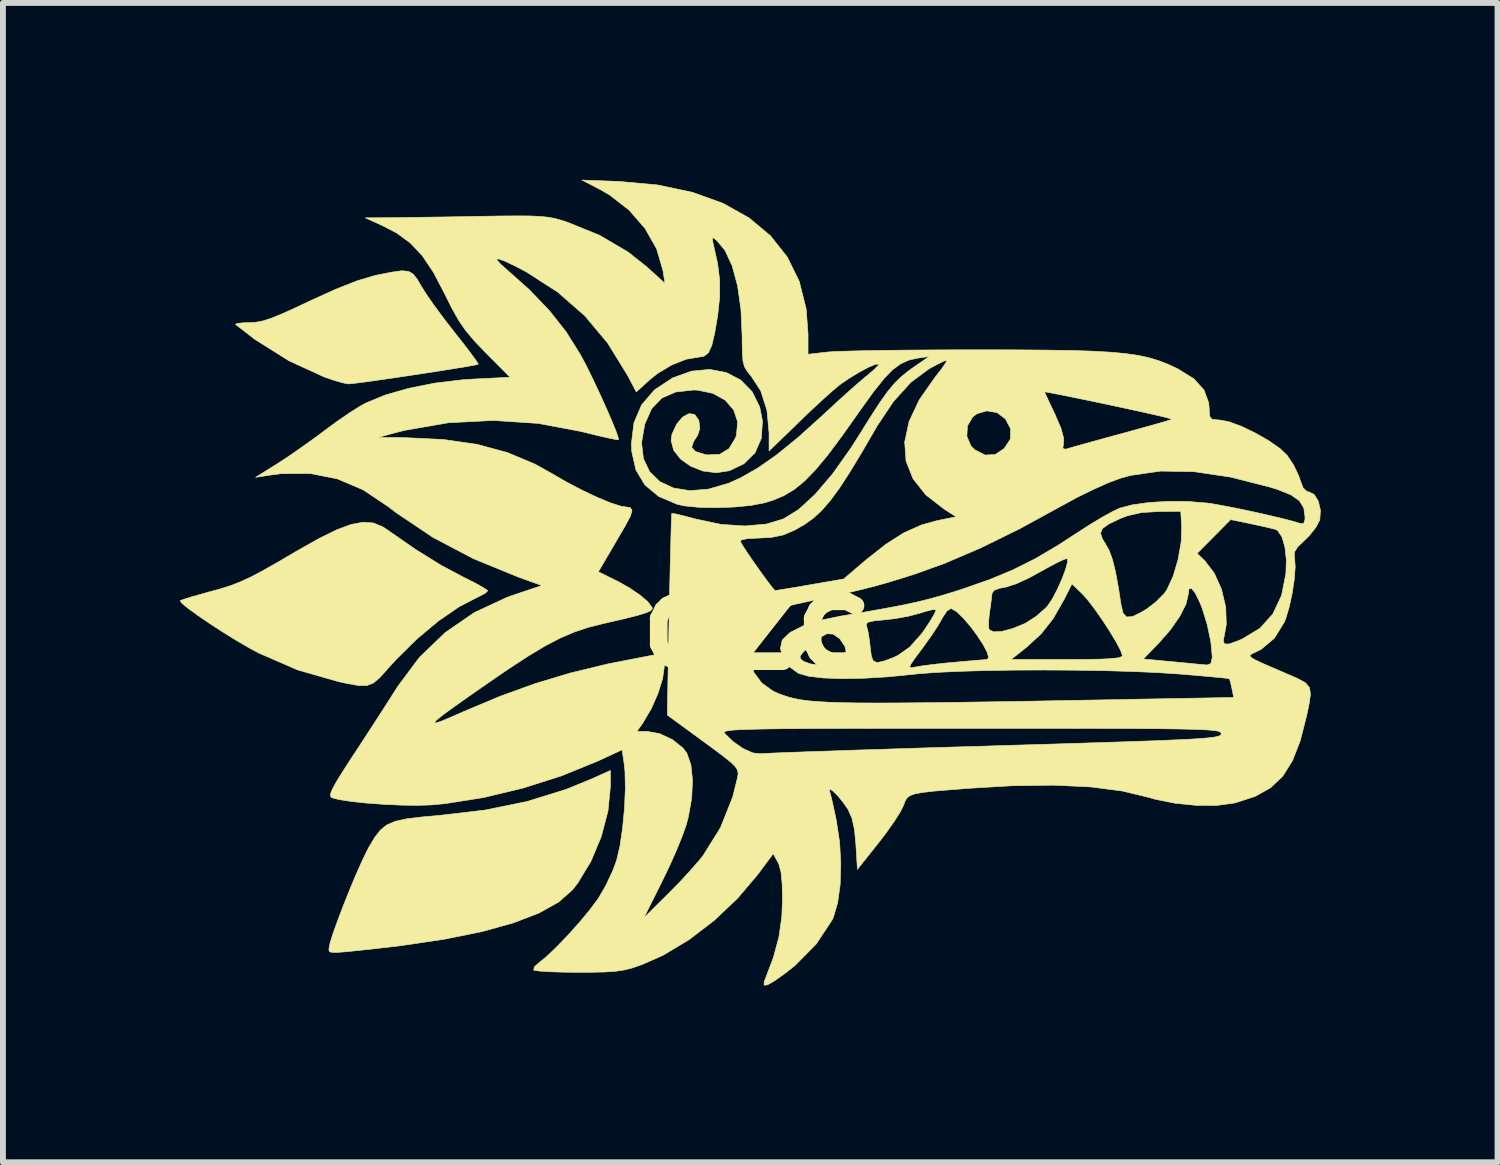
<source format=kicad_pcb>
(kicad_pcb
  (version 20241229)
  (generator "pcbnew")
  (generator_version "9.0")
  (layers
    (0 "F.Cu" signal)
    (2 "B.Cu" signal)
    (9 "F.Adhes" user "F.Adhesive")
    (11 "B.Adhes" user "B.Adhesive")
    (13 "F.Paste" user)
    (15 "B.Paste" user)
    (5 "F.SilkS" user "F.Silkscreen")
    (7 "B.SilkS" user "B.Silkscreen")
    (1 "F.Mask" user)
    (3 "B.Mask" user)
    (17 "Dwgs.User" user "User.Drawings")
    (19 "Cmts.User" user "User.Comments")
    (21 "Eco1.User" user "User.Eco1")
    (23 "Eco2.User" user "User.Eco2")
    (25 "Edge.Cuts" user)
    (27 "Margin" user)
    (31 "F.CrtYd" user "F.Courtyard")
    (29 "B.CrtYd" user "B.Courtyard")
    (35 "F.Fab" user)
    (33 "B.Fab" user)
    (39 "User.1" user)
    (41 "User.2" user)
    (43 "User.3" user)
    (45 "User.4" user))
  (footprint "qzc"
    (layer "F.Cu")
    (at 9.796 7.479)
    (property "Reference" "qzc" (at 0 0 0) (layer "F.SilkS") (effects (font (size 1.524 1.524) (thickness 0.3))))
    (attr through_hole)
    (fp_poly (pts (xy -2.489 2.813) (xy -2.53 3.23) (xy -2.644 3.665) (xy -2.819 4.084) (xy -3.042 4.453) (xy -3.137 4.573) (xy -3.37 4.778) (xy -3.704 4.964) (xy -4.137 5.13) (xy -4.669 5.278) (xy -5.302 5.406) (xy -6.034 5.515) (xy -6.452 5.564) (xy -6.755 5.597) (xy -6.971 5.619) (xy -7.116 5.63) (xy -7.203 5.631) (xy -7.247 5.622) (xy -7.263 5.602) (xy -7.264 5.571) (xy -7.264 5.563) (xy -7.245 5.468) (xy -7.192 5.3) (xy -7.113 5.08) (xy -7.017 4.828) (xy -6.911 4.563) (xy -6.803 4.305) (xy -6.701 4.076) (xy -6.613 3.895) (xy -6.585 3.843) (xy -6.487 3.678) (xy -6.392 3.556) (xy -6.284 3.468) (xy -6.143 3.407) (xy -5.952 3.365) (xy -5.693 3.333) (xy -5.399 3.307) (xy -4.614 3.215) (xy -3.901 3.069) (xy -3.24 2.864) (xy -2.819 2.692) (xy -2.489 2.544) (xy -2.489 2.813)) (stroke (width 0.01) (type solid)) (fill yes) (layer "F.SilkS"))
    (fp_poly (pts (xy -5.915 -5.925) (xy -5.836 -5.879) (xy -5.767 -5.791) (xy -5.701 -5.677) (xy -5.609 -5.532) (xy -5.472 -5.335) (xy -5.306 -5.112) (xy -5.132 -4.887) (xy -5.132 -4.887) (xy -4.978 -4.692) (xy -4.853 -4.528) (xy -4.767 -4.41) (xy -4.731 -4.352) (xy -4.732 -4.348) (xy -4.787 -4.335) (xy -4.925 -4.31) (xy -5.129 -4.277) (xy -5.378 -4.237) (xy -5.657 -4.194) (xy -5.947 -4.15) (xy -6.23 -4.108) (xy -6.488 -4.071) (xy -6.703 -4.041) (xy -6.858 -4.022) (xy -6.934 -4.015) (xy -6.934 -4.015) (xy -7.034 -4.034) (xy -7.191 -4.08) (xy -7.344 -4.133) (xy -7.941 -4.406) (xy -8.522 -4.771) (xy -8.849 -5.025) (xy -8.824 -5.041) (xy -8.722 -5.052) (xy -8.62 -5.055) (xy -8.506 -5.061) (xy -8.384 -5.084) (xy -8.239 -5.131) (xy -8.051 -5.208) (xy -7.804 -5.32) (xy -7.595 -5.419) (xy -7.151 -5.621) (xy -6.785 -5.765) (xy -6.49 -5.853) (xy -6.441 -5.864) (xy -6.196 -5.912) (xy -6.028 -5.935) (xy -5.915 -5.925)) (stroke (width 0.01) (type solid)) (fill yes) (layer "F.SilkS"))
    (fp_poly (pts (xy -6.508 -1.655) (xy -6.354 -1.591) (xy -6.294 -1.552) (xy -5.797 -1.208) (xy -5.358 -0.935) (xy -4.981 -0.735) (xy -4.799 -0.644) (xy -4.659 -0.567) (xy -4.581 -0.516) (xy -4.572 -0.504) (xy -4.614 -0.463) (xy -4.716 -0.41) (xy -4.729 -0.404) (xy -5.054 -0.236) (xy -5.407 0.007) (xy -5.77 0.31) (xy -6.123 0.658) (xy -6.274 0.825) (xy -6.404 0.97) (xy -6.511 1.06) (xy -6.62 1.102) (xy -6.758 1.103) (xy -6.953 1.069) (xy -7.097 1.038) (xy -7.793 0.839) (xy -8.447 0.556) (xy -8.624 0.461) (xy -8.842 0.333) (xy -9.07 0.192) (xy -9.29 0.049) (xy -9.488 -0.086) (xy -9.648 -0.202) (xy -9.754 -0.288) (xy -9.791 -0.334) (xy -9.79 -0.336) (xy -9.734 -0.359) (xy -9.602 -0.4) (xy -9.418 -0.452) (xy -9.303 -0.484) (xy -9.099 -0.54) (xy -8.924 -0.596) (xy -8.758 -0.661) (xy -8.583 -0.742) (xy -8.38 -0.85) (xy -8.128 -0.993) (xy -7.809 -1.18) (xy -7.806 -1.182) (xy -7.435 -1.391) (xy -7.133 -1.54) (xy -6.885 -1.632) (xy -6.681 -1.669) (xy -6.508 -1.655)) (stroke (width 0.01) (type solid)) (fill yes) (layer "F.SilkS"))
    (fp_poly (pts (xy -2.337 -7.45) (xy -1.681 -7.39) (xy -1.094 -7.265) (xy -0.578 -7.079) (xy -0.137 -6.832) (xy 0.227 -6.528) (xy 0.512 -6.168) (xy 0.715 -5.755) (xy 0.832 -5.29) (xy 0.864 -4.865) (xy 0.864 -4.518) (xy 1.206 -4.557) (xy 1.33 -4.565) (xy 1.543 -4.572) (xy 1.833 -4.579) (xy 2.186 -4.585) (xy 2.591 -4.589) (xy 3.034 -4.592) (xy 3.504 -4.594) (xy 3.759 -4.594) (xy 4.368 -4.593) (xy 4.885 -4.589) (xy 5.32 -4.583) (xy 5.685 -4.571) (xy 5.989 -4.554) (xy 6.242 -4.531) (xy 6.455 -4.501) (xy 6.638 -4.462) (xy 6.801 -4.414) (xy 6.954 -4.356) (xy 7.107 -4.286) (xy 7.143 -4.268) (xy 7.41 -4.102) (xy 7.582 -3.913) (xy 7.663 -3.693) (xy 7.671 -3.588) (xy 7.678 -3.466) (xy 7.719 -3.415) (xy 7.821 -3.404) (xy 7.843 -3.404) (xy 8.004 -3.374) (xy 8.216 -3.296) (xy 8.45 -3.184) (xy 8.678 -3.054) (xy 8.871 -2.919) (xy 8.992 -2.804) (xy 9.104 -2.637) (xy 9.192 -2.451) (xy 9.208 -2.4) (xy 9.264 -2.251) (xy 9.332 -2.188) (xy 9.36 -2.184) (xy 9.452 -2.139) (xy 9.522 -2.025) (xy 9.558 -1.873) (xy 9.548 -1.715) (xy 9.546 -1.706) (xy 9.482 -1.582) (xy 9.369 -1.44) (xy 9.295 -1.368) (xy 9.173 -1.251) (xy 9.118 -1.163) (xy 9.115 -1.077) (xy 9.12 -1.054) (xy 9.13 -0.912) (xy 9.115 -0.706) (xy 9.08 -0.469) (xy 9.029 -0.233) (xy 8.969 -0.032) (xy 8.945 0.027) (xy 8.778 0.298) (xy 8.553 0.488) (xy 8.463 0.533) (xy 8.397 0.563) (xy 8.363 0.588) (xy 8.372 0.618) (xy 8.434 0.659) (xy 8.561 0.72) (xy 8.763 0.807) (xy 8.954 0.889) (xy 9.168 0.982) (xy 9.303 1.056) (xy 9.373 1.138) (xy 9.389 1.25) (xy 9.365 1.418) (xy 9.325 1.61) (xy 9.216 2.038) (xy 9.084 2.377) (xy 8.919 2.64) (xy 8.711 2.838) (xy 8.45 2.984) (xy 8.126 3.089) (xy 8.083 3.099) (xy 7.796 3.137) (xy 7.453 3.136) (xy 7.092 3.1) (xy 6.75 3.031) (xy 6.653 3.003) (xy 6.2 2.893) (xy 5.662 2.823) (xy 5.038 2.793) (xy 4.325 2.803) (xy 3.627 2.844) (xy 3.272 2.872) (xy 3.004 2.894) (xy 2.811 2.916) (xy 2.679 2.94) (xy 2.594 2.97) (xy 2.543 3.009) (xy 2.512 3.06) (xy 2.488 3.127) (xy 2.487 3.13) (xy 2.432 3.242) (xy 2.327 3.408) (xy 2.189 3.603) (xy 2.065 3.765) (xy 1.702 4.221) (xy 1.676 3.799) (xy 1.651 3.539) (xy 1.608 3.35) (xy 1.543 3.205) (xy 1.538 3.197) (xy 1.453 3.076) (xy 1.364 2.968) (xy 1.285 2.891) (xy 1.235 2.86) (xy 1.228 2.891) (xy 1.231 2.899) (xy 1.254 2.983) (xy 1.29 3.138) (xy 1.332 3.335) (xy 1.346 3.404) (xy 1.4 3.762) (xy 1.42 4.13) (xy 1.409 4.481) (xy 1.366 4.791) (xy 1.294 5.035) (xy 1.273 5.08) (xy 1.004 5.487) (xy 0.643 5.853) (xy 0.496 5.97) (xy 0.302 6.109) (xy 0.177 6.181) (xy 0.118 6.187) (xy 0.12 6.128) (xy 0.128 6.109) (xy 0.276 5.718) (xy 0.37 5.371) (xy 0.419 5.03) (xy 0.43 4.75) (xy 0.425 4.469) (xy 0.406 4.27) (xy 0.37 4.136) (xy 0.352 4.099) (xy 0.273 3.956) (xy 0.009 4.311) (xy -0.333 4.714) (xy -0.729 5.089) (xy -1.158 5.417) (xy -1.597 5.68) (xy -1.947 5.835) (xy -2.104 5.89) (xy -2.245 5.927) (xy -2.395 5.95) (xy -2.58 5.963) (xy -2.823 5.968) (xy -3.031 5.969) (xy -3.292 5.966) (xy -3.517 5.959) (xy -3.686 5.948) (xy -3.779 5.935) (xy -3.79 5.93) (xy -3.781 5.878) (xy -3.706 5.809) (xy -3.705 5.809) (xy -3.574 5.703) (xy -3.401 5.538) (xy -3.207 5.336) (xy -3.012 5.118) (xy -2.837 4.907) (xy -2.701 4.724) (xy -2.693 4.713) (xy -2.567 4.496) (xy -2.45 4.247) (xy -2.385 4.072) (xy -2.327 3.827) (xy -2.282 3.519) (xy -2.25 3.181) (xy -2.236 2.85) (xy -2.242 2.561) (xy -2.256 2.427) (xy -2.291 2.193) (xy -2.708 2.386) (xy -3.319 2.635) (xy -3.976 2.844) (xy -4.645 3.004) (xy -5.29 3.106) (xy -5.537 3.129) (xy -5.768 3.136) (xy -6.043 3.132) (xy -6.339 3.118) (xy -6.629 3.097) (xy -6.889 3.069) (xy -7.095 3.037) (xy -7.209 3.008) (xy -7.237 2.986) (xy -7.239 2.942) (xy -7.209 2.865) (xy -7.142 2.742) (xy -7.031 2.562) (xy -6.871 2.314) (xy -6.813 2.227) (xy -6.633 1.951) (xy -6.453 1.674) (xy -6.289 1.419) (xy -6.156 1.211) (xy -6.098 1.119) (xy -5.731 0.627) (xy -5.296 0.207) (xy -4.799 -0.135) (xy -4.248 -0.392) (xy -4.133 -0.433) (xy -3.652 -0.594) (xy -4.049 -0.737) (xy -4.813 -1.05) (xy -5.501 -1.412) (xy -6.125 -1.831) (xy -6.259 -1.934) (xy -6.686 -2.219) (xy -7.124 -2.405) (xy -7.585 -2.495) (xy -8.079 -2.492) (xy -8.286 -2.465) (xy -8.509 -2.43) (xy -8.149 -2.655) (xy -7.947 -2.787) (xy -7.704 -2.956) (xy -7.493 -3.108) (xy -6.426 -3.108) (xy -5.968 -3.103) (xy -5.323 -3.072) (xy -4.753 -2.99) (xy -4.242 -2.852) (xy -3.773 -2.656) (xy -3.484 -2.495) (xy -3.23 -2.348) (xy -2.966 -2.21) (xy -2.712 -2.09) (xy -2.488 -1.997) (xy -2.317 -1.942) (xy -2.241 -1.93) (xy -2.153 -1.918) (xy -2.122 -1.87) (xy -2.15 -1.771) (xy -2.237 -1.608) (xy -2.256 -1.574) (xy -2.372 -1.377) (xy -2.492 -1.171) (xy -2.557 -1.061) (xy -2.694 -0.827) (xy -2.37 -0.668) (xy -2.167 -0.555) (xy -1.988 -0.433) (xy -1.853 -0.318) (xy -1.783 -0.224) (xy -1.778 -0.2) (xy -1.804 -0.168) (xy -1.888 -0.131) (xy -2.041 -0.084) (xy -2.274 -0.026) (xy -2.592 0.047) (xy -2.852 0.112) (xy -3.094 0.192) (xy -3.337 0.295) (xy -3.595 0.429) (xy -3.886 0.604) (xy -4.227 0.827) (xy -4.531 1.035) (xy -4.876 1.275) (xy -5.14 1.462) (xy -5.327 1.598) (xy -5.438 1.687) (xy -5.477 1.732) (xy -5.447 1.737) (xy -5.351 1.705) (xy -5.192 1.638) (xy -4.98 1.545) (xy -4.361 1.285) (xy -3.767 1.07) (xy -3.168 0.89) (xy -2.533 0.736) (xy -1.83 0.599) (xy -1.765 0.587) (xy -1.575 0.554) (xy -1.575 0.784) (xy -1.604 0.989) (xy -1.683 1.24) (xy -1.797 1.498) (xy -1.934 1.73) (xy -1.94 1.74) (xy -2.039 1.88) (xy -1.874 1.88) (xy -1.656 1.918) (xy -1.438 2.019) (xy -1.26 2.161) (xy -1.194 2.247) (xy -1.124 2.443) (xy -1.096 2.707) (xy -1.11 3.012) (xy -1.167 3.333) (xy -1.207 3.48) (xy -1.274 3.667) (xy -1.374 3.912) (xy -1.495 4.183) (xy -1.619 4.439) (xy -1.921 5.043) (xy -1.514 4.642) (xy -1.324 4.449) (xy -1.14 4.25) (xy -0.987 4.075) (xy -0.916 3.987) (xy -0.621 3.513) (xy -0.414 2.994) (xy -0.331 2.659) (xy -0.322 2.596) (xy -0.331 2.539) (xy -0.369 2.479) (xy -0.449 2.401) (xy -0.582 2.295) (xy -0.78 2.147) (xy -0.912 2.051) (xy -1.115 1.902) (xy -0.559 1.902) (xy -0.552 1.913) (xy -0.408 2.054) (xy -0.239 2.171) (xy -0.075 2.245) (xy 0.043 2.26) (xy 0.114 2.256) (xy 0.279 2.248) (xy 0.529 2.238) (xy 0.856 2.226) (xy 1.252 2.213) (xy 1.709 2.197) (xy 2.218 2.181) (xy 2.772 2.163) (xy 3.361 2.145) (xy 3.979 2.127) (xy 4.026 2.125) (xy 4.743 2.104) (xy 5.366 2.085) (xy 5.9 2.068) (xy 6.353 2.053) (xy 6.731 2.04) (xy 7.041 2.027) (xy 7.29 2.016) (xy 7.484 2.004) (xy 7.63 1.993) (xy 7.734 1.981) (xy 7.805 1.969) (xy 7.847 1.955) (xy 7.868 1.94) (xy 7.874 1.923) (xy 7.874 1.92) (xy 7.87 1.904) (xy 7.855 1.89) (xy 7.822 1.877) (xy 7.765 1.867) (xy 7.677 1.858) (xy 7.552 1.851) (xy 7.384 1.845) (xy 7.165 1.84) (xy 6.891 1.836) (xy 6.554 1.833) (xy 6.147 1.831) (xy 5.666 1.83) (xy 5.102 1.829) (xy 4.451 1.829) (xy 3.705 1.829) (xy 3.626 1.829) (xy 2.869 1.829) (xy 2.208 1.829) (xy 1.636 1.83) (xy 1.147 1.831) (xy 0.735 1.833) (xy 0.393 1.836) (xy 0.115 1.84) (xy -0.105 1.845) (xy -0.274 1.851) (xy -0.397 1.858) (xy -0.48 1.866) (xy -0.531 1.877) (xy -0.555 1.889) (xy -0.559 1.902) (xy -1.115 1.902) (xy -1.524 1.603) (xy -1.507 0.691) (xy -0.102 0.691) (xy -0.054 0.881) (xy 0.077 1.058) (xy 0.273 1.199) (xy 0.37 1.242) (xy 0.456 1.273) (xy 0.543 1.301) (xy 0.637 1.324) (xy 0.746 1.345) (xy 0.874 1.362) (xy 1.029 1.375) (xy 1.217 1.386) (xy 1.443 1.393) (xy 1.715 1.398) (xy 2.037 1.399) (xy 2.418 1.398) (xy 2.863 1.394) (xy 3.377 1.388) (xy 3.969 1.379) (xy 4.643 1.368) (xy 5.406 1.354) (xy 6.264 1.339) (xy 6.266 1.338) (xy 8.087 1.305) (xy 8.056 1.152) (xy 8.031 1.041) (xy 8.013 0.987) (xy 8.013 0.987) (xy 7.961 0.979) (xy 7.825 0.965) (xy 7.621 0.946) (xy 7.367 0.924) (xy 7.163 0.907) (xy 6.796 0.883) (xy 6.365 0.864) (xy 5.886 0.85) (xy 5.379 0.842) (xy 4.861 0.839) (xy 4.35 0.841) (xy 3.864 0.849) (xy 3.421 0.862) (xy 3.039 0.88) (xy 2.735 0.903) (xy 2.667 0.91) (xy 2.229 0.954) (xy 1.814 0.979) (xy 1.44 0.986) (xy 1.12 0.974) (xy 0.869 0.944) (xy 0.704 0.896) (xy 0.702 0.896) (xy 0.561 0.792) (xy 2.589 0.792) (xy 2.617 0.802) (xy 2.671 0.791) (xy 2.78 0.772) (xy 2.96 0.748) (xy 3.183 0.723) (xy 3.322 0.71) (xy 3.545 0.69) (xy 3.734 0.674) (xy 3.862 0.664) (xy 3.902 0.662) (xy 3.903 0.66) (xy 4.309 0.66) (xy 5.253 0.66) (xy 5.599 0.659) (xy 5.855 0.654) (xy 5.883 0.652) (xy 6.554 0.652) (xy 6.871 0.682) (xy 7.074 0.701) (xy 7.265 0.719) (xy 7.366 0.729) (xy 7.514 0.743) (xy 7.629 0.754) (xy 7.633 0.754) (xy 7.699 0.731) (xy 7.721 0.634) (xy 7.722 0.617) (xy 7.699 0.364) (xy 7.638 0.072) (xy 7.551 -0.212) (xy 7.513 -0.305) (xy 7.432 -0.47) (xy 7.368 -0.548) (xy 7.328 -0.536) (xy 7.315 -0.444) (xy 7.277 -0.279) (xy 7.171 -0.071) (xy 7.01 0.16) (xy 6.819 0.378) (xy 6.554 0.652) (xy 5.883 0.652) (xy 6.031 0.645) (xy 6.139 0.63) (xy 6.19 0.61) (xy 6.198 0.595) (xy 6.169 0.51) (xy 6.094 0.367) (xy 5.986 0.187) (xy 5.859 -0.008) (xy 5.728 -0.195) (xy 5.608 -0.352) (xy 5.52 -0.451) (xy 5.342 -0.622) (xy 5.204 -0.349) (xy 5.021 -0.03) (xy 4.82 0.225) (xy 4.573 0.451) (xy 4.555 0.466) (xy 4.309 0.66) (xy 3.903 0.66) (xy 3.929 0.626) (xy 3.901 0.533) (xy 3.831 0.401) (xy 3.731 0.249) (xy 3.616 0.094) (xy 3.547 0.014) (xy 3.928 0.014) (xy 3.931 0.128) (xy 3.94 0.158) (xy 4.017 0.192) (xy 4.158 0.183) (xy 4.341 0.134) (xy 4.54 0.052) (xy 4.564 0.039) (xy 4.736 -0.072) (xy 4.894 -0.21) (xy 4.935 -0.256) (xy 5.012 -0.373) (xy 5.095 -0.532) (xy 5.173 -0.706) (xy 5.234 -0.868) (xy 5.267 -0.993) (xy 5.264 -1.052) (xy 5.212 -1.04) (xy 5.096 -0.986) (xy 4.937 -0.902) (xy 4.893 -0.877) (xy 4.614 -0.724) (xy 4.395 -0.623) (xy 4.215 -0.566) (xy 4.115 -0.548) (xy 4.017 -0.511) (xy 3.985 -0.457) (xy 3.975 -0.363) (xy 3.955 -0.214) (xy 3.944 -0.14) (xy 3.928 0.014) (xy 3.547 0.014) (xy 3.497 -0.044) (xy 3.388 -0.149) (xy 3.301 -0.201) (xy 3.284 -0.203) (xy 3.221 -0.162) (xy 3.151 -0.059) (xy 3.139 -0.036) (xy 3.071 0.084) (xy 2.96 0.252) (xy 2.829 0.436) (xy 2.797 0.479) (xy 2.673 0.645) (xy 2.605 0.745) (xy 2.589 0.792) (xy 0.561 0.792) (xy 0.548 0.783) (xy 0.441 0.633) (xy 0.434 0.608) (xy 0.728 0.608) (xy 0.739 0.652) (xy 0.785 0.691) (xy 0.902 0.735) (xy 1.092 0.759) (xy 1.204 0.762) (xy 1.524 0.762) (xy 1.524 0.593) (xy 1.49 0.439) (xy 1.404 0.31) (xy 1.291 0.23) (xy 1.182 0.224) (xy 1.09 0.275) (xy 0.962 0.371) (xy 0.887 0.437) (xy 0.774 0.544) (xy 0.728 0.608) (xy 0.434 0.608) (xy 0.395 0.474) (xy 0.425 0.334) (xy 0.427 0.33) (xy 0.557 0.204) (xy 0.779 0.091) (xy 0.882 0.058) (xy 1.851 0.058) (xy 1.858 0.096) (xy 1.883 0.192) (xy 1.907 0.346) (xy 1.918 0.445) (xy 1.938 0.602) (xy 1.969 0.682) (xy 2.021 0.708) (xy 2.051 0.71) (xy 2.159 0.686) (xy 2.31 0.629) (xy 2.388 0.592) (xy 2.589 0.451) (xy 2.786 0.23) (xy 2.838 0.159) (xy 2.94 0.005) (xy 3.01 -0.115) (xy 3.035 -0.18) (xy 3.033 -0.184) (xy 2.974 -0.184) (xy 2.853 -0.154) (xy 2.761 -0.125) (xy 2.574 -0.075) (xy 2.343 -0.033) (xy 2.169 -0.013) (xy 1.986 0.005) (xy 1.886 0.027) (xy 1.851 0.058) (xy 0.882 0.058) (xy 1.082 -0.006) (xy 1.412 -0.074) (xy 1.842 -0.147) (xy 2.19 -0.209) (xy 2.475 -0.263) (xy 2.715 -0.315) (xy 2.93 -0.368) (xy 3.138 -0.426) (xy 3.357 -0.493) (xy 3.48 -0.533) (xy 3.945 -0.695) (xy 4.348 -0.863) (xy 4.728 -1.054) (xy 5.12 -1.286) (xy 5.399 -1.468) (xy 5.421 -1.482) (xy 5.826 -1.482) (xy 5.86 -1.383) (xy 5.91 -1.302) (xy 5.974 -1.188) (xy 6.029 -1.036) (xy 6.08 -0.83) (xy 6.131 -0.554) (xy 6.175 -0.267) (xy 6.209 -0.126) (xy 6.269 -0.061) (xy 6.369 -0.067) (xy 6.525 -0.144) (xy 6.612 -0.197) (xy 6.769 -0.318) (xy 6.906 -0.457) (xy 6.951 -0.519) (xy 7.058 -0.749) (xy 7.143 -1.036) (xy 7.161 -1.138) (xy 7.465 -1.138) (xy 7.593 -1.018) (xy 7.757 -0.804) (xy 7.88 -0.529) (xy 7.951 -0.228) (xy 7.961 0.064) (xy 7.934 0.218) (xy 7.91 0.339) (xy 7.929 0.397) (xy 8.006 0.398) (xy 8.154 0.346) (xy 8.238 0.309) (xy 8.532 0.131) (xy 8.751 -0.113) (xy 8.898 -0.425) (xy 8.972 -0.795) (xy 8.979 -1.033) (xy 8.955 -1.251) (xy 8.903 -1.423) (xy 8.831 -1.528) (xy 8.8 -1.545) (xy 8.707 -1.569) (xy 8.549 -1.605) (xy 8.373 -1.643) (xy 8.035 -1.713) (xy 7.75 -1.425) (xy 7.465 -1.138) (xy 7.161 -1.138) (xy 7.195 -1.335) (xy 7.204 -1.587) (xy 7.188 -1.854) (xy 6.807 -1.85) (xy 6.521 -1.832) (xy 6.287 -1.779) (xy 6.161 -1.731) (xy 5.967 -1.638) (xy 5.859 -1.561) (xy 5.826 -1.482) (xy 5.421 -1.482) (xy 5.624 -1.613) (xy 5.843 -1.746) (xy 6.03 -1.849) (xy 6.147 -1.905) (xy 6.365 -1.963) (xy 6.653 -2.003) (xy 6.981 -2.023) (xy 7.318 -2.02) (xy 7.635 -1.994) (xy 7.709 -1.984) (xy 7.916 -1.947) (xy 8.167 -1.898) (xy 8.437 -1.841) (xy 8.702 -1.781) (xy 8.937 -1.725) (xy 9.117 -1.678) (xy 9.207 -1.649) (xy 9.271 -1.643) (xy 9.295 -1.708) (xy 9.296 -1.761) (xy 9.275 -1.913) (xy 9.2 -2.033) (xy 9.059 -2.132) (xy 8.836 -2.222) (xy 8.723 -2.258) (xy 8.04 -2.433) (xy 7.415 -2.526) (xy 6.847 -2.536) (xy 6.338 -2.463) (xy 6.162 -2.414) (xy 5.958 -2.338) (xy 5.702 -2.223) (xy 5.426 -2.088) (xy 5.182 -1.955) (xy 4.458 -1.559) (xy 3.793 -1.232) (xy 3.178 -0.969) (xy 2.692 -0.794) (xy 2.454 -0.718) (xy 2.237 -0.652) (xy 2.023 -0.591) (xy 1.793 -0.532) (xy 1.528 -0.469) (xy 1.208 -0.398) (xy 0.815 -0.313) (xy 0.641 -0.275) (xy 0.438 -0.223) (xy 0.267 -0.163) (xy 0.159 -0.107) (xy 0.149 -0.098) (xy 0.073 0.02) (xy -0.001 0.201) (xy -0.062 0.41) (xy -0.097 0.61) (xy -0.102 0.691) (xy -1.507 0.691) (xy -1.492 -0.1) (xy -1.484 -0.506) (xy -1.476 -0.877) (xy -1.468 -1.203) (xy -1.464 -1.343) (xy -0.285 -1.343) (xy -0.246 -1.274) (xy -0.167 -1.152) (xy -0.062 -0.999) (xy 0.052 -0.837) (xy 0.161 -0.687) (xy 0.248 -0.572) (xy 0.299 -0.513) (xy 0.305 -0.509) (xy 0.362 -0.517) (xy 0.498 -0.539) (xy 0.693 -0.571) (xy 0.9 -0.607) (xy 1.469 -0.705) (xy 1.847 -1.028) (xy 2.187 -1.296) (xy 2.493 -1.49) (xy 2.789 -1.622) (xy 3.06 -1.697) (xy 3.377 -1.761) (xy 3.175 -1.89) (xy 2.862 -2.133) (xy 2.646 -2.406) (xy 2.527 -2.706) (xy 2.504 -3.031) (xy 2.525 -3.125) (xy 3.559 -3.125) (xy 3.628 -2.963) (xy 3.69 -2.899) (xy 3.868 -2.808) (xy 4.04 -2.817) (xy 4.193 -2.919) (xy 4.298 -3.08) (xy 4.302 -3.253) (xy 4.213 -3.422) (xy 4.071 -3.528) (xy 3.897 -3.558) (xy 3.728 -3.508) (xy 3.658 -3.454) (xy 3.568 -3.301) (xy 3.559 -3.125) (xy 2.525 -3.125) (xy 2.579 -3.378) (xy 2.752 -3.746) (xy 2.846 -3.881) (xy 4.877 -3.881) (xy 4.897 -3.833) (xy 4.951 -3.716) (xy 5.028 -3.553) (xy 5.053 -3.501) (xy 5.157 -3.259) (xy 5.202 -3.089) (xy 5.199 -3.008) (xy 5.187 -2.921) (xy 5.231 -2.907) (xy 5.286 -2.922) (xy 5.374 -2.948) (xy 5.54 -2.994) (xy 5.766 -3.057) (xy 6.031 -3.13) (xy 6.214 -3.179) (xy 6.484 -3.254) (xy 6.719 -3.319) (xy 6.9 -3.371) (xy 7.012 -3.405) (xy 7.039 -3.416) (xy 6.997 -3.43) (xy 6.869 -3.463) (xy 6.669 -3.509) (xy 6.412 -3.566) (xy 6.111 -3.631) (xy 5.966 -3.662) (xy 5.649 -3.729) (xy 5.369 -3.786) (xy 5.138 -3.833) (xy 4.973 -3.865) (xy 4.886 -3.88) (xy 4.877 -3.881) (xy 2.846 -3.881) (xy 3.022 -4.131) (xy 3.029 -4.14) (xy 3.135 -4.276) (xy 3.202 -4.375) (xy 3.218 -4.419) (xy 3.216 -4.419) (xy 3.153 -4.395) (xy 3.032 -4.334) (xy 2.915 -4.27) (xy 2.607 -4.041) (xy 2.313 -3.716) (xy 2.036 -3.302) (xy 2.022 -3.277) (xy 1.779 -2.858) (xy 1.573 -2.518) (xy 1.397 -2.247) (xy 1.24 -2.034) (xy 1.095 -1.867) (xy 0.952 -1.736) (xy 0.803 -1.629) (xy 0.639 -1.536) (xy 0.443 -1.452) (xy 0.243 -1.411) (xy 0.038 -1.4) (xy -0.159 -1.391) (xy -0.267 -1.368) (xy -0.285 -1.343) (xy -1.464 -1.343) (xy -1.461 -1.472) (xy -1.455 -1.671) (xy -1.45 -1.79) (xy -1.448 -1.818) (xy -1.397 -1.812) (xy -1.272 -1.783) (xy -1.098 -1.738) (xy -1.035 -1.721) (xy -0.612 -1.632) (xy -0.208 -1.605) (xy 0.157 -1.637) (xy 0.444 -1.723) (xy 0.704 -1.883) (xy 0.984 -2.14) (xy 1.283 -2.491) (xy 1.598 -2.936) (xy 1.746 -3.17) (xy 1.938 -3.477) (xy 2.091 -3.712) (xy 2.218 -3.889) (xy 2.332 -4.025) (xy 2.444 -4.135) (xy 2.566 -4.234) (xy 2.662 -4.302) (xy 2.921 -4.481) (xy 2.728 -4.453) (xy 2.577 -4.42) (xy 2.439 -4.358) (xy 2.302 -4.258) (xy 2.154 -4.106) (xy 1.983 -3.893) (xy 1.776 -3.607) (xy 1.714 -3.518) (xy 1.435 -3.124) (xy 1.198 -2.807) (xy 0.991 -2.558) (xy 0.805 -2.367) (xy 0.628 -2.223) (xy 0.45 -2.117) (xy 0.261 -2.039) (xy 0.119 -1.996) (xy -0.108 -1.953) (xy -0.39 -1.926) (xy -0.692 -1.915) (xy -0.983 -1.921) (xy -1.229 -1.945) (xy -1.351 -1.971) (xy -1.668 -2.105) (xy -1.903 -2.3) (xy -2.056 -2.554) (xy -2.127 -2.869) (xy -2.133 -2.998) (xy -2.09 -3.355) (xy -1.959 -3.66) (xy -1.741 -3.914) (xy -1.436 -4.115) (xy -1.433 -4.117) (xy -1.113 -4.232) (xy -0.804 -4.261) (xy -0.522 -4.208) (xy -0.277 -4.08) (xy -0.084 -3.883) (xy 0.044 -3.624) (xy 0.091 -3.383) (xy 0.071 -3.09) (xy -0.035 -2.847) (xy -0.225 -2.66) (xy -0.47 -2.542) (xy -0.694 -2.508) (xy -0.919 -2.537) (xy -1.126 -2.618) (xy -1.297 -2.739) (xy -1.415 -2.889) (xy -1.46 -3.056) (xy -1.445 -3.159) (xy -1.365 -3.333) (xy -1.263 -3.453) (xy -1.155 -3.511) (xy -1.06 -3.497) (xy -0.993 -3.403) (xy -0.986 -3.378) (xy -0.972 -3.257) (xy -1.008 -3.146) (xy -1.078 -3.037) (xy -1.11 -2.94) (xy -1.046 -2.868) (xy -0.886 -2.818) (xy -0.848 -2.811) (xy -0.638 -2.819) (xy -0.476 -2.917) (xy -0.366 -3.1) (xy -0.351 -3.144) (xy -0.33 -3.371) (xy -0.397 -3.573) (xy -0.541 -3.739) (xy -0.749 -3.855) (xy -1.009 -3.909) (xy -1.076 -3.912) (xy -1.382 -3.878) (xy -1.618 -3.774) (xy -1.79 -3.594) (xy -1.906 -3.333) (xy -1.907 -3.33) (xy -1.961 -3.017) (xy -1.929 -2.747) (xy -1.823 -2.525) (xy -1.65 -2.357) (xy -1.42 -2.249) (xy -1.142 -2.204) (xy -0.827 -2.23) (xy -0.482 -2.33) (xy -0.286 -2.418) (xy 0.013 -2.588) (xy 0.334 -2.813) (xy 0.69 -3.102) (xy 1.092 -3.464) (xy 1.118 -3.488) (xy 1.331 -3.685) (xy 1.537 -3.872) (xy 1.717 -4.031) (xy 1.849 -4.143) (xy 1.87 -4.159) (xy 1.985 -4.257) (xy 2.055 -4.329) (xy 2.065 -4.353) (xy 2.006 -4.347) (xy 1.888 -4.297) (xy 1.734 -4.215) (xy 1.569 -4.115) (xy 1.415 -4.01) (xy 1.397 -3.996) (xy 1.283 -3.901) (xy 1.118 -3.753) (xy 0.923 -3.573) (xy 0.72 -3.379) (xy 0.699 -3.358) (xy 0.203 -2.877) (xy 0.203 -3.183) (xy 0.167 -3.568) (xy 0.062 -3.897) (xy -0.097 -4.142) (xy -0.169 -4.23) (xy -0.215 -4.309) (xy -0.24 -4.405) (xy -0.251 -4.546) (xy -0.254 -4.756) (xy -0.254 -4.818) (xy -0.274 -5.274) (xy -0.331 -5.678) (xy -0.423 -6.018) (xy -0.546 -6.283) (xy -0.69 -6.455) (xy -0.749 -6.496) (xy -0.761 -6.468) (xy -0.741 -6.375) (xy -0.67 -6.057) (xy -0.635 -5.775) (xy -0.635 -5.494) (xy -0.668 -5.181) (xy -0.72 -4.877) (xy -0.769 -4.668) (xy -0.826 -4.543) (xy -0.903 -4.483) (xy -0.988 -4.47) (xy -1.203 -4.434) (xy -1.448 -4.337) (xy -1.686 -4.195) (xy -1.813 -4.094) (xy -2.05 -3.879) (xy -2.199 -4.162) (xy -2.534 -4.706) (xy -2.924 -5.172) (xy -3.382 -5.572) (xy -3.918 -5.917) (xy -4.1 -6.013) (xy -4.291 -6.103) (xy -4.397 -6.139) (xy -4.418 -6.121) (xy -4.353 -6.048) (xy -4.282 -5.985) (xy -3.861 -5.61) (xy -3.519 -5.252) (xy -3.236 -4.892) (xy -2.996 -4.508) (xy -2.895 -4.318) (xy -2.779 -4.081) (xy -2.663 -3.834) (xy -2.555 -3.594) (xy -2.462 -3.38) (xy -2.393 -3.21) (xy -2.355 -3.099) (xy -2.351 -3.067) (xy -2.404 -3.073) (xy -2.536 -3.1) (xy -2.727 -3.144) (xy -2.958 -3.201) (xy -2.975 -3.206) (xy -3.713 -3.345) (xy -4.475 -3.395) (xy -5.238 -3.356) (xy -5.981 -3.227) (xy -6.172 -3.178) (xy -6.426 -3.108) (xy -7.493 -3.108) (xy -7.458 -3.133) (xy -7.342 -3.22) (xy -7.129 -3.377) (xy -6.915 -3.524) (xy -6.729 -3.641) (xy -6.64 -3.69) (xy -6.311 -3.826) (xy -5.909 -3.941) (xy -5.46 -4.03) (xy -4.992 -4.086) (xy -4.801 -4.098) (xy -4.191 -4.128) (xy -4.608 -4.548) (xy -4.8 -4.749) (xy -4.945 -4.921) (xy -5.065 -5.096) (xy -5.183 -5.306) (xy -5.303 -5.548) (xy -5.492 -5.909) (xy -5.679 -6.188) (xy -5.88 -6.403) (xy -6.111 -6.573) (xy -6.351 -6.698) (xy -6.647 -6.833) (xy -6.283 -6.835) (xy -6.124 -6.836) (xy -5.883 -6.84) (xy -5.583 -6.844) (xy -5.244 -6.849) (xy -4.885 -6.855) (xy -4.75 -6.858) (xy -4.372 -6.864) (xy -4.079 -6.866) (xy -3.856 -6.865) (xy -3.685 -6.857) (xy -3.55 -6.844) (xy -3.436 -6.823) (xy -3.326 -6.793) (xy -3.226 -6.761) (xy -2.677 -6.539) (xy -2.19 -6.253) (xy -1.878 -6.006) (xy -1.563 -5.721) (xy -1.599 -5.946) (xy -1.706 -6.309) (xy -1.902 -6.654) (xy -2.173 -6.965) (xy -2.507 -7.224) (xy -2.667 -7.316) (xy -2.972 -7.474) (xy -2.337 -7.45)) (stroke (width 0.01) (type solid)) (fill yes) (layer "F.SilkS")))
  (gr_rect
    (start -3 -3)
    (end 22.359 16.671)
    (stroke (width 0.1) (type default))
    (fill no)
    (layer "Edge.Cuts")))
</source>
